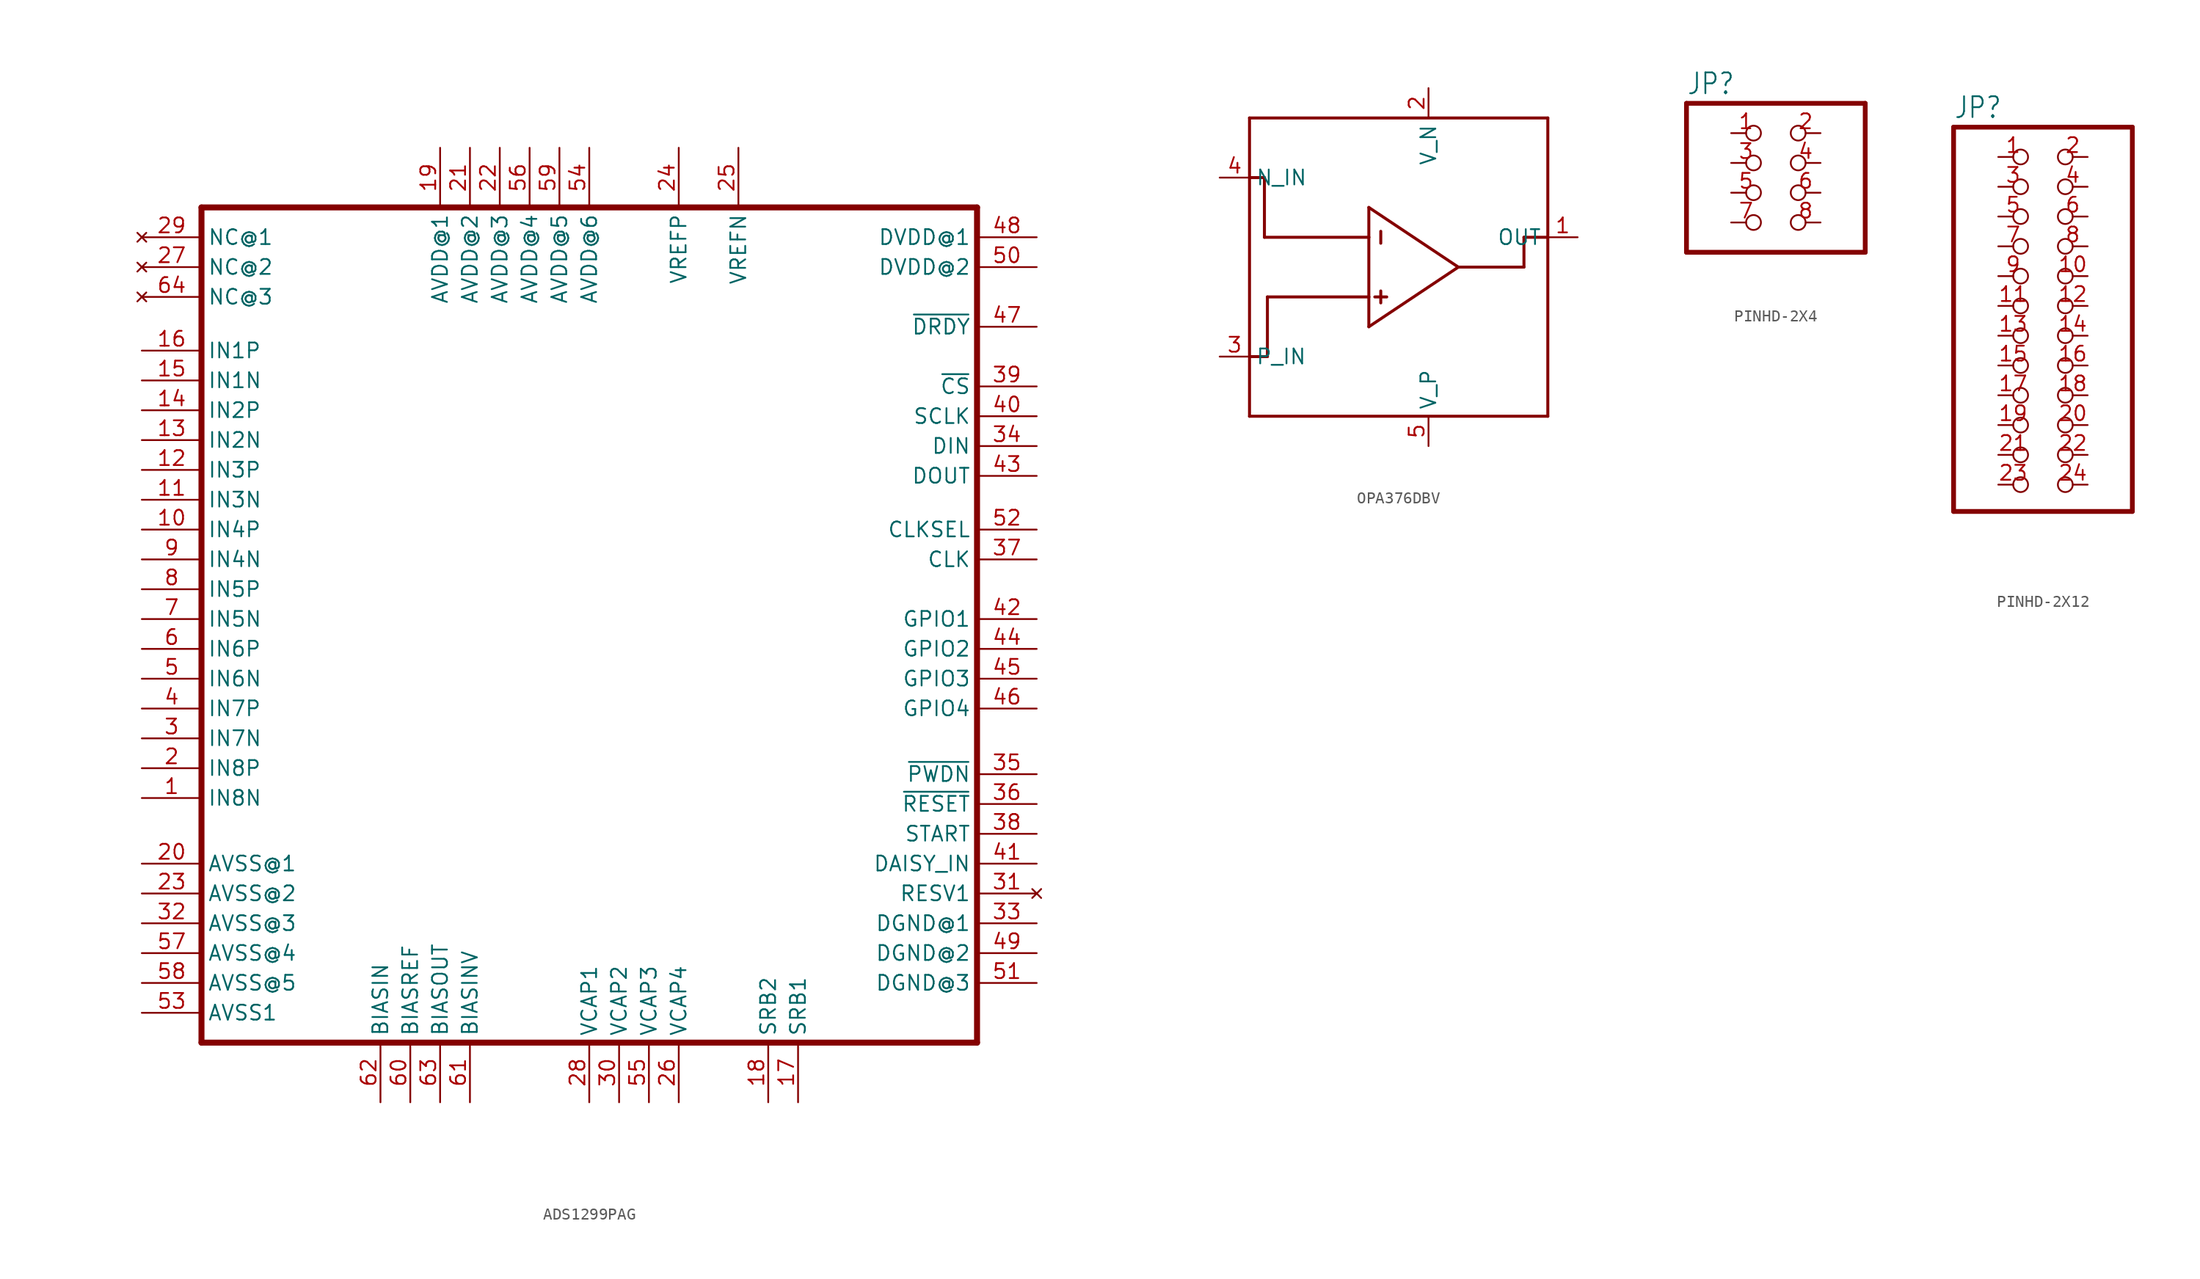
<source format=kicad_sym>
(kicad_symbol_lib
  (version 20231120)
  (generator "kicad_symbol_editor")
  (generator_version "8.0")
  (symbol "ADS1299PAG"
    (property "Reference" ""
      (at -17.272 15.24 0)
      (effects (font (size 2.54 2.159)) (justify left bottom) (hide yes)))
    (property "Value" ""
      (at -16.764 -17.018 0)
      (effects (font (size 2.54 2.159)) (justify left bottom)))
    (property "ki_locked" ""
      (at 0 0 0)
      (effects (font (size 1.27 1.27))))
    (symbol "ADS1299PAG_1_0"
      (polyline (pts (xy -33.782 -36.068) (xy 32.258 -36.068)) (stroke (width 0.508) (type solid)) (fill (type none)))
      (polyline (pts (xy -33.782 35.052) (xy -33.782 -36.068)) (stroke (width 0.508) (type solid)) (fill (type none)))
      (polyline (pts (xy -33.782 35.052) (xy 32.258 35.052)) (stroke (width 0.508) (type solid)) (fill (type none)))
      (polyline (pts (xy 32.258 35.052) (xy 32.258 -36.068)) (stroke (width 0.508) (type solid)) (fill (type none)))
      (pin input line (at -38.862 -15.24 0) (length 5.08) (name "IN8N" (effects (font (size 1.27 1.27)))) (number "1" (effects (font (size 1.27 1.27)))))
      (pin input line (at -38.862 7.62 0) (length 5.08) (name "IN4P" (effects (font (size 1.27 1.27)))) (number "10" (effects (font (size 1.27 1.27)))))
      (pin input line (at -38.862 10.16 0) (length 5.08) (name "IN3N" (effects (font (size 1.27 1.27)))) (number "11" (effects (font (size 1.27 1.27)))))
      (pin input line (at -38.862 12.7 0) (length 5.08) (name "IN3P" (effects (font (size 1.27 1.27)))) (number "12" (effects (font (size 1.27 1.27)))))
      (pin input line (at -38.862 15.24 0) (length 5.08) (name "IN2N" (effects (font (size 1.27 1.27)))) (number "13" (effects (font (size 1.27 1.27)))))
      (pin input line (at -38.862 17.78 0) (length 5.08) (name "IN2P" (effects (font (size 1.27 1.27)))) (number "14" (effects (font (size 1.27 1.27)))))
      (pin input line (at -38.862 20.32 0) (length 5.08) (name "IN1N" (effects (font (size 1.27 1.27)))) (number "15" (effects (font (size 1.27 1.27)))))
      (pin input line (at -38.862 22.86 0) (length 5.08) (name "IN1P" (effects (font (size 1.27 1.27)))) (number "16" (effects (font (size 1.27 1.27)))))
      (pin output line (at 17.018 -41.148 90) (length 5.08) (name "SRB1" (effects (font (size 1.27 1.27)))) (number "17" (effects (font (size 1.27 1.27)))))
      (pin output line (at 14.478 -41.148 90) (length 5.08) (name "SRB2" (effects (font (size 1.27 1.27)))) (number "18" (effects (font (size 1.27 1.27)))))
      (pin power_in line (at -13.462 40.132 270) (length 5.08) (name "AVDD@1" (effects (font (size 1.27 1.27)))) (number "19" (effects (font (size 1.27 1.27)))))
      (pin input line (at -38.862 -12.7 0) (length 5.08) (name "IN8P" (effects (font (size 1.27 1.27)))) (number "2" (effects (font (size 1.27 1.27)))))
      (pin power_in line (at -38.862 -20.828 0) (length 5.08) (name "AVSS@1" (effects (font (size 1.27 1.27)))) (number "20" (effects (font (size 1.27 1.27)))))
      (pin power_in line (at -10.922 40.132 270) (length 5.08) (name "AVDD@2" (effects (font (size 1.27 1.27)))) (number "21" (effects (font (size 1.27 1.27)))))
      (pin power_in line (at -8.382 40.132 270) (length 5.08) (name "AVDD@3" (effects (font (size 1.27 1.27)))) (number "22" (effects (font (size 1.27 1.27)))))
      (pin power_in line (at -38.862 -23.368 0) (length 5.08) (name "AVSS@2" (effects (font (size 1.27 1.27)))) (number "23" (effects (font (size 1.27 1.27)))))
      (pin bidirectional line (at 6.858 40.132 270) (length 5.08) (name "VREFP" (effects (font (size 1.27 1.27)))) (number "24" (effects (font (size 1.27 1.27)))))
      (pin bidirectional line (at 11.938 40.132 270) (length 5.08) (name "VREFN" (effects (font (size 1.27 1.27)))) (number "25" (effects (font (size 1.27 1.27)))))
      (pin bidirectional line (at 6.858 -41.148 90) (length 5.08) (name "VCAP4" (effects (font (size 1.27 1.27)))) (number "26" (effects (font (size 1.27 1.27)))))
      (pin no_connect line (at -38.862 29.972 0) (length 5.08) (name "NC@2" (effects (font (size 1.27 1.27)))) (number "27" (effects (font (size 1.27 1.27)))))
      (pin bidirectional line (at -0.762 -41.148 90) (length 5.08) (name "VCAP1" (effects (font (size 1.27 1.27)))) (number "28" (effects (font (size 1.27 1.27)))))
      (pin no_connect line (at -38.862 32.512 0) (length 5.08) (name "NC@1" (effects (font (size 1.27 1.27)))) (number "29" (effects (font (size 1.27 1.27)))))
      (pin input line (at -38.862 -10.16 0) (length 5.08) (name "IN7N" (effects (font (size 1.27 1.27)))) (number "3" (effects (font (size 1.27 1.27)))))
      (pin bidirectional line (at 1.778 -41.148 90) (length 5.08) (name "VCAP2" (effects (font (size 1.27 1.27)))) (number "30" (effects (font (size 1.27 1.27)))))
      (pin no_connect line (at 37.338 -23.368 180) (length 5.08) (name "RESV1" (effects (font (size 1.27 1.27)))) (number "31" (effects (font (size 1.27 1.27)))))
      (pin power_in line (at -38.862 -25.908 0) (length 5.08) (name "AVSS@3" (effects (font (size 1.27 1.27)))) (number "32" (effects (font (size 1.27 1.27)))))
      (pin power_in line (at 37.338 -25.908 180) (length 5.08) (name "DGND@1" (effects (font (size 1.27 1.27)))) (number "33" (effects (font (size 1.27 1.27)))))
      (pin input line (at 37.338 14.732 180) (length 5.08) (name "DIN" (effects (font (size 1.27 1.27)))) (number "34" (effects (font (size 1.27 1.27)))))
      (pin input line (at 37.338 -13.208 180) (length 5.08) (name "~{PWDN}" (effects (font (size 1.27 1.27)))) (number "35" (effects (font (size 1.27 1.27)))))
      (pin input line (at 37.338 -15.748 180) (length 5.08) (name "~{RESET}" (effects (font (size 1.27 1.27)))) (number "36" (effects (font (size 1.27 1.27)))))
      (pin input line (at 37.338 5.08 180) (length 5.08) (name "CLK" (effects (font (size 1.27 1.27)))) (number "37" (effects (font (size 1.27 1.27)))))
      (pin input line (at 37.338 -18.288 180) (length 5.08) (name "START" (effects (font (size 1.27 1.27)))) (number "38" (effects (font (size 1.27 1.27)))))
      (pin input line (at 37.338 19.812 180) (length 5.08) (name "~{CS}" (effects (font (size 1.27 1.27)))) (number "39" (effects (font (size 1.27 1.27)))))
      (pin input line (at -38.862 -7.62 0) (length 5.08) (name "IN7P" (effects (font (size 1.27 1.27)))) (number "4" (effects (font (size 1.27 1.27)))))
      (pin input line (at 37.338 17.272 180) (length 5.08) (name "SCLK" (effects (font (size 1.27 1.27)))) (number "40" (effects (font (size 1.27 1.27)))))
      (pin input line (at 37.338 -20.828 180) (length 5.08) (name "DAISY_IN" (effects (font (size 1.27 1.27)))) (number "41" (effects (font (size 1.27 1.27)))))
      (pin bidirectional line (at 37.338 0 180) (length 5.08) (name "GPIO1" (effects (font (size 1.27 1.27)))) (number "42" (effects (font (size 1.27 1.27)))))
      (pin output line (at 37.338 12.192 180) (length 5.08) (name "DOUT" (effects (font (size 1.27 1.27)))) (number "43" (effects (font (size 1.27 1.27)))))
      (pin bidirectional line (at 37.338 -2.54 180) (length 5.08) (name "GPIO2" (effects (font (size 1.27 1.27)))) (number "44" (effects (font (size 1.27 1.27)))))
      (pin bidirectional line (at 37.338 -5.08 180) (length 5.08) (name "GPIO3" (effects (font (size 1.27 1.27)))) (number "45" (effects (font (size 1.27 1.27)))))
      (pin bidirectional line (at 37.338 -7.62 180) (length 5.08) (name "GPIO4" (effects (font (size 1.27 1.27)))) (number "46" (effects (font (size 1.27 1.27)))))
      (pin output line (at 37.338 24.892 180) (length 5.08) (name "~{DRDY}" (effects (font (size 1.27 1.27)))) (number "47" (effects (font (size 1.27 1.27)))))
      (pin power_in line (at 37.338 32.512 180) (length 5.08) (name "DVDD@1" (effects (font (size 1.27 1.27)))) (number "48" (effects (font (size 1.27 1.27)))))
      (pin power_in line (at 37.338 -28.448 180) (length 5.08) (name "DGND@2" (effects (font (size 1.27 1.27)))) (number "49" (effects (font (size 1.27 1.27)))))
      (pin input line (at -38.862 -5.08 0) (length 5.08) (name "IN6N" (effects (font (size 1.27 1.27)))) (number "5" (effects (font (size 1.27 1.27)))))
      (pin power_in line (at 37.338 29.972 180) (length 5.08) (name "DVDD@2" (effects (font (size 1.27 1.27)))) (number "50" (effects (font (size 1.27 1.27)))))
      (pin power_in line (at 37.338 -30.988 180) (length 5.08) (name "DGND@3" (effects (font (size 1.27 1.27)))) (number "51" (effects (font (size 1.27 1.27)))))
      (pin input line (at 37.338 7.62 180) (length 5.08) (name "CLKSEL" (effects (font (size 1.27 1.27)))) (number "52" (effects (font (size 1.27 1.27)))))
      (pin power_in line (at -38.862 -33.528 0) (length 5.08) (name "AVSS1" (effects (font (size 1.27 1.27)))) (number "53" (effects (font (size 1.27 1.27)))))
      (pin power_in line (at -0.762 40.132 270) (length 5.08) (name "AVDD@6" (effects (font (size 1.27 1.27)))) (number "54" (effects (font (size 1.27 1.27)))))
      (pin bidirectional line (at 4.318 -41.148 90) (length 5.08) (name "VCAP3" (effects (font (size 1.27 1.27)))) (number "55" (effects (font (size 1.27 1.27)))))
      (pin power_in line (at -5.842 40.132 270) (length 5.08) (name "AVDD@4" (effects (font (size 1.27 1.27)))) (number "56" (effects (font (size 1.27 1.27)))))
      (pin power_in line (at -38.862 -28.448 0) (length 5.08) (name "AVSS@4" (effects (font (size 1.27 1.27)))) (number "57" (effects (font (size 1.27 1.27)))))
      (pin power_in line (at -38.862 -30.988 0) (length 5.08) (name "AVSS@5" (effects (font (size 1.27 1.27)))) (number "58" (effects (font (size 1.27 1.27)))))
      (pin power_in line (at -3.302 40.132 270) (length 5.08) (name "AVDD@5" (effects (font (size 1.27 1.27)))) (number "59" (effects (font (size 1.27 1.27)))))
      (pin input line (at -38.862 -2.54 0) (length 5.08) (name "IN6P" (effects (font (size 1.27 1.27)))) (number "6" (effects (font (size 1.27 1.27)))))
      (pin input line (at -16.002 -41.148 90) (length 5.08) (name "BIASREF" (effects (font (size 1.27 1.27)))) (number "60" (effects (font (size 1.27 1.27)))))
      (pin bidirectional line (at -10.922 -41.148 90) (length 5.08) (name "BIASINV" (effects (font (size 1.27 1.27)))) (number "61" (effects (font (size 1.27 1.27)))))
      (pin input line (at -18.542 -41.148 90) (length 5.08) (name "BIASIN" (effects (font (size 1.27 1.27)))) (number "62" (effects (font (size 1.27 1.27)))))
      (pin output line (at -13.462 -41.148 90) (length 5.08) (name "BIASOUT" (effects (font (size 1.27 1.27)))) (number "63" (effects (font (size 1.27 1.27)))))
      (pin no_connect line (at -38.862 27.432 0) (length 5.08) (name "NC@3" (effects (font (size 1.27 1.27)))) (number "64" (effects (font (size 1.27 1.27)))))
      (pin input line (at -38.862 0 0) (length 5.08) (name "IN5N" (effects (font (size 1.27 1.27)))) (number "7" (effects (font (size 1.27 1.27)))))
      (pin input line (at -38.862 2.54 0) (length 5.08) (name "IN5P" (effects (font (size 1.27 1.27)))) (number "8" (effects (font (size 1.27 1.27)))))
      (pin input line (at -38.862 5.08 0) (length 5.08) (name "IN4N" (effects (font (size 1.27 1.27)))) (number "9" (effects (font (size 1.27 1.27)))))))
  (symbol "OPA376DBV"
    (property "Reference" ""
      (at -12.192 13.716 0)
      (effects (font (size 1.27 1.079)) (justify left bottom) (hide yes)))
    (property "Value" ""
      (at -12.192 -15.24 0)
      (effects (font (size 1.27 1.079)) (justify left bottom)))
    (property "ki_locked" ""
      (at 0 0 0)
      (effects (font (size 1.27 1.27))))
    (symbol "OPA376DBV_1_0"
      (polyline (pts (xy -12.7 -12.7) (xy 12.7 -12.7)) (stroke (width 0.254) (type solid)) (fill (type none)))
      (polyline (pts (xy -12.7 -7.62) (xy -12.7 -12.7)) (stroke (width 0.254) (type solid)) (fill (type none)))
      (polyline (pts (xy -12.7 -7.62) (xy -11.176 -7.62)) (stroke (width 0.254) (type solid)) (fill (type none)))
      (polyline (pts (xy -12.7 7.62) (xy -12.7 -7.62)) (stroke (width 0.254) (type solid)) (fill (type none)))
      (polyline (pts (xy -12.7 7.62) (xy -11.43 7.62)) (stroke (width 0.254) (type solid)) (fill (type none)))
      (polyline (pts (xy -12.7 12.7) (xy -12.7 7.62)) (stroke (width 0.254) (type solid)) (fill (type none)))
      (polyline (pts (xy -11.43 2.54) (xy -2.54 2.54)) (stroke (width 0.254) (type solid)) (fill (type none)))
      (polyline (pts (xy -11.43 7.62) (xy -11.43 2.54)) (stroke (width 0.254) (type solid)) (fill (type none)))
      (polyline (pts (xy -11.176 -7.62) (xy -11.176 -2.54)) (stroke (width 0.254) (type solid)) (fill (type none)))
      (polyline (pts (xy -11.176 -2.54) (xy -2.54 -2.54)) (stroke (width 0.254) (type solid)) (fill (type none)))
      (polyline (pts (xy -2.54 -5.08) (xy 5.08 0)) (stroke (width 0.254) (type solid)) (fill (type none)))
      (polyline (pts (xy -2.54 -2.54) (xy -2.54 -5.08)) (stroke (width 0.254) (type solid)) (fill (type none)))
      (polyline (pts (xy -2.54 2.54) (xy -2.54 -2.54)) (stroke (width 0.254) (type solid)) (fill (type none)))
      (polyline (pts (xy -2.54 5.08) (xy -2.54 2.54)) (stroke (width 0.254) (type solid)) (fill (type none)))
      (polyline (pts (xy -1.524 -2.032) (xy -1.524 -3.048)) (stroke (width 0.254) (type solid)) (fill (type none)))
      (polyline (pts (xy -1.524 3.048) (xy -1.524 2.032)) (stroke (width 0.254) (type solid)) (fill (type none)))
      (polyline (pts (xy -1.016 -2.54) (xy -2.032 -2.54)) (stroke (width 0.254) (type solid)) (fill (type none)))
      (polyline (pts (xy 5.08 0) (xy -2.54 5.08)) (stroke (width 0.254) (type solid)) (fill (type none)))
      (polyline (pts (xy 5.08 0) (xy 10.668 0)) (stroke (width 0.254) (type solid)) (fill (type none)))
      (polyline (pts (xy 10.668 0) (xy 10.668 2.54)) (stroke (width 0.254) (type solid)) (fill (type none)))
      (polyline (pts (xy 10.668 2.54) (xy 12.7 2.54)) (stroke (width 0.254) (type solid)) (fill (type none)))
      (polyline (pts (xy 12.7 -12.7) (xy 12.7 2.54)) (stroke (width 0.254) (type solid)) (fill (type none)))
      (polyline (pts (xy 12.7 2.54) (xy 12.7 12.7)) (stroke (width 0.254) (type solid)) (fill (type none)))
      (polyline (pts (xy 12.7 12.7) (xy -12.7 12.7)) (stroke (width 0.254) (type solid)) (fill (type none)))
      (pin bidirectional line (at 15.24 2.54 180) (length 2.54) (name "OUT" (effects (font (size 1.27 1.27)))) (number "1" (effects (font (size 1.27 1.27)))))
      (pin bidirectional line (at 2.54 15.24 270) (length 2.54) (name "V_N" (effects (font (size 1.27 1.27)))) (number "2" (effects (font (size 1.27 1.27)))))
      (pin bidirectional line (at -15.24 -7.62 0) (length 2.54) (name "P_IN" (effects (font (size 1.27 1.27)))) (number "3" (effects (font (size 1.27 1.27)))))
      (pin bidirectional line (at -15.24 7.62 0) (length 2.54) (name "N_IN" (effects (font (size 1.27 1.27)))) (number "4" (effects (font (size 1.27 1.27)))))
      (pin bidirectional line (at 2.54 -15.24 90) (length 2.54) (name "V_P" (effects (font (size 1.27 1.27)))) (number "5" (effects (font (size 1.27 1.27)))))))
  (symbol "PINHD-2X4"
    (property "Reference" "JP"
      (at -6.35 8.255 0)
      (effects (font (size 1.778 1.511)) (justify left bottom)))
    (property "Value" ""
      (at -6.35 -7.62 0)
      (effects (font (size 1.778 1.511)) (justify left bottom)))
    (property "ki_locked" ""
      (at 0 0 0)
      (effects (font (size 1.27 1.27))))
    (symbol "PINHD-2X4_1_0"
      (polyline (pts (xy -6.35 -5.08) (xy 8.89 -5.08)) (stroke (width 0.406) (type solid)) (fill (type none)))
      (polyline (pts (xy -6.35 7.62) (xy -6.35 -5.08)) (stroke (width 0.406) (type solid)) (fill (type none)))
      (polyline (pts (xy 8.89 -5.08) (xy 8.89 7.62)) (stroke (width 0.406) (type solid)) (fill (type none)))
      (polyline (pts (xy 8.89 7.62) (xy -6.35 7.62)) (stroke (width 0.406) (type solid)) (fill (type none)))
      (pin passive inverted (at -2.54 5.08 0) (length 2.54) (name "1" (effects (font (size 0 0)))) (number "1" (effects (font (size 1.27 1.27)))))
      (pin passive inverted (at 5.08 5.08 180) (length 2.54) (name "2" (effects (font (size 0 0)))) (number "2" (effects (font (size 1.27 1.27)))))
      (pin passive inverted (at -2.54 2.54 0) (length 2.54) (name "3" (effects (font (size 0 0)))) (number "3" (effects (font (size 1.27 1.27)))))
      (pin passive inverted (at 5.08 2.54 180) (length 2.54) (name "4" (effects (font (size 0 0)))) (number "4" (effects (font (size 1.27 1.27)))))
      (pin passive inverted (at -2.54 0 0) (length 2.54) (name "5" (effects (font (size 0 0)))) (number "5" (effects (font (size 1.27 1.27)))))
      (pin passive inverted (at 5.08 0 180) (length 2.54) (name "6" (effects (font (size 0 0)))) (number "6" (effects (font (size 1.27 1.27)))))
      (pin passive inverted (at -2.54 -2.54 0) (length 2.54) (name "7" (effects (font (size 0 0)))) (number "7" (effects (font (size 1.27 1.27)))))
      (pin passive inverted (at 5.08 -2.54 180) (length 2.54) (name "8" (effects (font (size 0 0)))) (number "8" (effects (font (size 1.27 1.27)))))))
  (symbol "PINHD-2X12"
    (property "Reference" "JP"
      (at -7.62 17.399 0)
      (effects (font (size 1.778 1.511)) (justify left bottom)))
    (property "Value" ""
      (at -7.62 -18.796 0)
      (effects (font (size 1.778 1.511)) (justify left bottom)))
    (property "ki_locked" ""
      (at 0 0 0)
      (effects (font (size 1.27 1.27))))
    (symbol "PINHD-2X12_1_0"
      (polyline (pts (xy -7.62 -16.002) (xy 7.62 -16.002)) (stroke (width 0.406) (type solid)) (fill (type none)))
      (polyline (pts (xy -7.62 16.764) (xy -7.62 -16.002)) (stroke (width 0.406) (type solid)) (fill (type none)))
      (polyline (pts (xy 7.62 -16.002) (xy 7.62 16.764)) (stroke (width 0.406) (type solid)) (fill (type none)))
      (polyline (pts (xy 7.62 16.764) (xy -7.62 16.764)) (stroke (width 0.406) (type solid)) (fill (type none)))
      (pin passive inverted (at -3.81 14.224 0) (length 2.54) (name "1" (effects (font (size 0 0)))) (number "1" (effects (font (size 1.27 1.27)))))
      (pin passive inverted (at 3.81 4.064 180) (length 2.54) (name "10" (effects (font (size 0 0)))) (number "10" (effects (font (size 1.27 1.27)))))
      (pin passive inverted (at -3.81 1.524 0) (length 2.54) (name "11" (effects (font (size 0 0)))) (number "11" (effects (font (size 1.27 1.27)))))
      (pin passive inverted (at 3.81 1.524 180) (length 2.54) (name "12" (effects (font (size 0 0)))) (number "12" (effects (font (size 1.27 1.27)))))
      (pin passive inverted (at -3.81 -1.016 0) (length 2.54) (name "13" (effects (font (size 0 0)))) (number "13" (effects (font (size 1.27 1.27)))))
      (pin passive inverted (at 3.81 -1.016 180) (length 2.54) (name "14" (effects (font (size 0 0)))) (number "14" (effects (font (size 1.27 1.27)))))
      (pin passive inverted (at -3.81 -3.556 0) (length 2.54) (name "15" (effects (font (size 0 0)))) (number "15" (effects (font (size 1.27 1.27)))))
      (pin passive inverted (at 3.81 -3.556 180) (length 2.54) (name "16" (effects (font (size 0 0)))) (number "16" (effects (font (size 1.27 1.27)))))
      (pin passive inverted (at -3.81 -6.096 0) (length 2.54) (name "17" (effects (font (size 0 0)))) (number "17" (effects (font (size 1.27 1.27)))))
      (pin passive inverted (at 3.81 -6.096 180) (length 2.54) (name "18" (effects (font (size 0 0)))) (number "18" (effects (font (size 1.27 1.27)))))
      (pin passive inverted (at -3.81 -8.636 0) (length 2.54) (name "19" (effects (font (size 0 0)))) (number "19" (effects (font (size 1.27 1.27)))))
      (pin passive inverted (at 3.81 14.224 180) (length 2.54) (name "2" (effects (font (size 0 0)))) (number "2" (effects (font (size 1.27 1.27)))))
      (pin passive inverted (at 3.81 -8.636 180) (length 2.54) (name "20" (effects (font (size 0 0)))) (number "20" (effects (font (size 1.27 1.27)))))
      (pin passive inverted (at -3.81 -11.176 0) (length 2.54) (name "21" (effects (font (size 0 0)))) (number "21" (effects (font (size 1.27 1.27)))))
      (pin passive inverted (at 3.81 -11.176 180) (length 2.54) (name "22" (effects (font (size 0 0)))) (number "22" (effects (font (size 1.27 1.27)))))
      (pin passive inverted (at -3.81 -13.716 0) (length 2.54) (name "23" (effects (font (size 0 0)))) (number "23" (effects (font (size 1.27 1.27)))))
      (pin passive inverted (at 3.81 -13.716 180) (length 2.54) (name "24" (effects (font (size 0 0)))) (number "24" (effects (font (size 1.27 1.27)))))
      (pin passive inverted (at -3.81 11.684 0) (length 2.54) (name "3" (effects (font (size 0 0)))) (number "3" (effects (font (size 1.27 1.27)))))
      (pin passive inverted (at 3.81 11.684 180) (length 2.54) (name "4" (effects (font (size 0 0)))) (number "4" (effects (font (size 1.27 1.27)))))
      (pin passive inverted (at -3.81 9.144 0) (length 2.54) (name "5" (effects (font (size 0 0)))) (number "5" (effects (font (size 1.27 1.27)))))
      (pin passive inverted (at 3.81 9.144 180) (length 2.54) (name "6" (effects (font (size 0 0)))) (number "6" (effects (font (size 1.27 1.27)))))
      (pin passive inverted (at -3.81 6.604 0) (length 2.54) (name "7" (effects (font (size 0 0)))) (number "7" (effects (font (size 1.27 1.27)))))
      (pin passive inverted (at 3.81 6.604 180) (length 2.54) (name "8" (effects (font (size 0 0)))) (number "8" (effects (font (size 1.27 1.27)))))
      (pin passive inverted (at -3.81 4.064 0) (length 2.54) (name "9" (effects (font (size 0 0)))) (number "9" (effects (font (size 1.27 1.27))))))))
</source>
